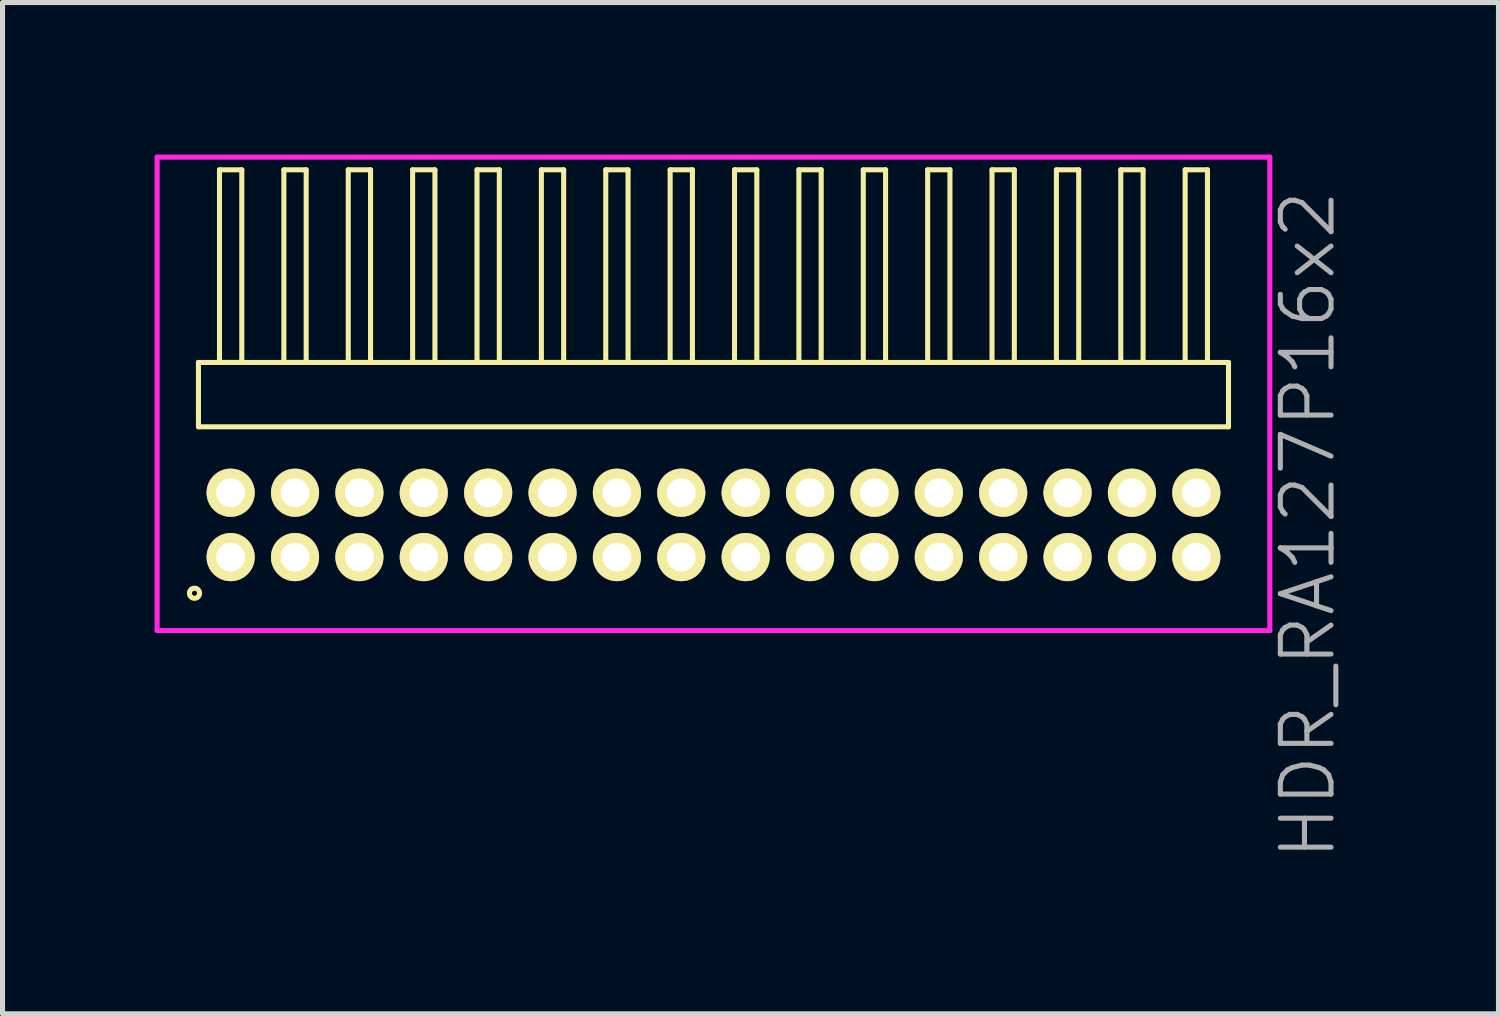
<source format=kicad_pcb>
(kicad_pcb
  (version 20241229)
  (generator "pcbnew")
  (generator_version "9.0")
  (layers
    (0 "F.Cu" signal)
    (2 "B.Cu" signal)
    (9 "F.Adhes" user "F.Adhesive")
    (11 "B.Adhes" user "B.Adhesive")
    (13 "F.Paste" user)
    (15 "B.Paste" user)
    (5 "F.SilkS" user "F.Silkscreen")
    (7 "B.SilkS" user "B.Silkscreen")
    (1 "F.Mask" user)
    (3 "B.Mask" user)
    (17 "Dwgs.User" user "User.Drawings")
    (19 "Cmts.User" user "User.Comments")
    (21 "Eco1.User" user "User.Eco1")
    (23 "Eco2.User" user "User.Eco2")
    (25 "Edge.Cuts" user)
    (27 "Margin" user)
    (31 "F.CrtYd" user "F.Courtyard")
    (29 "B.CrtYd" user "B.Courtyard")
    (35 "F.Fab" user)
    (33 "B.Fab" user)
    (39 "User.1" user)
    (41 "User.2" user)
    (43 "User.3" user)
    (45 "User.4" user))
  (footprint "HDR_RA127P16x2"
    (layer "F.Cu")
    (at 11.025 7.305)
    (property "Reference" "HDR_RA127P16x2" (at 11.725 0 90) (layer "F.Fab") (effects (font (size 1 1) (thickness 0.1))))
    (attr through_hole)
    (fp_line (start -10.16 -3.205) (end -10.16 -1.935) (stroke (width 0.1) (type solid)) (layer "F.SilkS"))
    (fp_line (start -10.16 -1.935) (end 10.16 -1.935) (stroke (width 0.1) (type solid)) (layer "F.SilkS"))
    (fp_line (start -9.745 -7.005) (end -9.745 -3.205) (stroke (width 0.1) (type solid)) (layer "F.SilkS"))
    (fp_line (start -9.745 -3.205) (end -9.305 -3.205) (stroke (width 0.1) (type solid)) (layer "F.SilkS"))
    (fp_line (start -9.305 -7.005) (end -9.745 -7.005) (stroke (width 0.1) (type solid)) (layer "F.SilkS"))
    (fp_line (start -9.305 -3.205) (end -9.305 -7.005) (stroke (width 0.1) (type solid)) (layer "F.SilkS"))
    (fp_line (start -8.475 -7.005) (end -8.475 -3.205) (stroke (width 0.1) (type solid)) (layer "F.SilkS"))
    (fp_line (start -8.475 -3.205) (end -8.035 -3.205) (stroke (width 0.1) (type solid)) (layer "F.SilkS"))
    (fp_line (start -8.035 -7.005) (end -8.475 -7.005) (stroke (width 0.1) (type solid)) (layer "F.SilkS"))
    (fp_line (start -8.035 -3.205) (end -8.035 -7.005) (stroke (width 0.1) (type solid)) (layer "F.SilkS"))
    (fp_line (start -7.205 -7.005) (end -7.205 -3.205) (stroke (width 0.1) (type solid)) (layer "F.SilkS"))
    (fp_line (start -7.205 -3.205) (end -6.765 -3.205) (stroke (width 0.1) (type solid)) (layer "F.SilkS"))
    (fp_line (start -6.765 -7.005) (end -7.205 -7.005) (stroke (width 0.1) (type solid)) (layer "F.SilkS"))
    (fp_line (start -6.765 -3.205) (end -6.765 -7.005) (stroke (width 0.1) (type solid)) (layer "F.SilkS"))
    (fp_line (start -5.935 -7.005) (end -5.935 -3.205) (stroke (width 0.1) (type solid)) (layer "F.SilkS"))
    (fp_line (start -5.935 -3.205) (end -5.495 -3.205) (stroke (width 0.1) (type solid)) (layer "F.SilkS"))
    (fp_line (start -5.495 -7.005) (end -5.935 -7.005) (stroke (width 0.1) (type solid)) (layer "F.SilkS"))
    (fp_line (start -5.495 -3.205) (end -5.495 -7.005) (stroke (width 0.1) (type solid)) (layer "F.SilkS"))
    (fp_line (start -4.665 -7.005) (end -4.665 -3.205) (stroke (width 0.1) (type solid)) (layer "F.SilkS"))
    (fp_line (start -4.665 -3.205) (end -4.225 -3.205) (stroke (width 0.1) (type solid)) (layer "F.SilkS"))
    (fp_line (start -4.225 -7.005) (end -4.665 -7.005) (stroke (width 0.1) (type solid)) (layer "F.SilkS"))
    (fp_line (start -4.225 -3.205) (end -4.225 -7.005) (stroke (width 0.1) (type solid)) (layer "F.SilkS"))
    (fp_line (start -3.395 -7.005) (end -3.395 -3.205) (stroke (width 0.1) (type solid)) (layer "F.SilkS"))
    (fp_line (start -3.395 -3.205) (end -2.955 -3.205) (stroke (width 0.1) (type solid)) (layer "F.SilkS"))
    (fp_line (start -2.955 -7.005) (end -3.395 -7.005) (stroke (width 0.1) (type solid)) (layer "F.SilkS"))
    (fp_line (start -2.955 -3.205) (end -2.955 -7.005) (stroke (width 0.1) (type solid)) (layer "F.SilkS"))
    (fp_line (start -2.125 -7.005) (end -2.125 -3.205) (stroke (width 0.1) (type solid)) (layer "F.SilkS"))
    (fp_line (start -2.125 -3.205) (end -1.685 -3.205) (stroke (width 0.1) (type solid)) (layer "F.SilkS"))
    (fp_line (start -1.685 -7.005) (end -2.125 -7.005) (stroke (width 0.1) (type solid)) (layer "F.SilkS"))
    (fp_line (start -1.685 -3.205) (end -1.685 -7.005) (stroke (width 0.1) (type solid)) (layer "F.SilkS"))
    (fp_line (start -0.855 -7.005) (end -0.855 -3.205) (stroke (width 0.1) (type solid)) (layer "F.SilkS"))
    (fp_line (start -0.855 -3.205) (end -0.415 -3.205) (stroke (width 0.1) (type solid)) (layer "F.SilkS"))
    (fp_line (start -0.415 -7.005) (end -0.855 -7.005) (stroke (width 0.1) (type solid)) (layer "F.SilkS"))
    (fp_line (start -0.415 -3.205) (end -0.415 -7.005) (stroke (width 0.1) (type solid)) (layer "F.SilkS"))
    (fp_line (start 0.415 -7.005) (end 0.415 -3.205) (stroke (width 0.1) (type solid)) (layer "F.SilkS"))
    (fp_line (start 0.415 -3.205) (end 0.855 -3.205) (stroke (width 0.1) (type solid)) (layer "F.SilkS"))
    (fp_line (start 0.855 -7.005) (end 0.415 -7.005) (stroke (width 0.1) (type solid)) (layer "F.SilkS"))
    (fp_line (start 0.855 -3.205) (end 0.855 -7.005) (stroke (width 0.1) (type solid)) (layer "F.SilkS"))
    (fp_line (start 1.685 -7.005) (end 1.685 -3.205) (stroke (width 0.1) (type solid)) (layer "F.SilkS"))
    (fp_line (start 1.685 -3.205) (end 2.125 -3.205) (stroke (width 0.1) (type solid)) (layer "F.SilkS"))
    (fp_line (start 2.125 -7.005) (end 1.685 -7.005) (stroke (width 0.1) (type solid)) (layer "F.SilkS"))
    (fp_line (start 2.125 -3.205) (end 2.125 -7.005) (stroke (width 0.1) (type solid)) (layer "F.SilkS"))
    (fp_line (start 2.955 -7.005) (end 2.955 -3.205) (stroke (width 0.1) (type solid)) (layer "F.SilkS"))
    (fp_line (start 2.955 -3.205) (end 3.395 -3.205) (stroke (width 0.1) (type solid)) (layer "F.SilkS"))
    (fp_line (start 3.395 -7.005) (end 2.955 -7.005) (stroke (width 0.1) (type solid)) (layer "F.SilkS"))
    (fp_line (start 3.395 -3.205) (end 3.395 -7.005) (stroke (width 0.1) (type solid)) (layer "F.SilkS"))
    (fp_line (start 4.225 -7.005) (end 4.225 -3.205) (stroke (width 0.1) (type solid)) (layer "F.SilkS"))
    (fp_line (start 4.225 -3.205) (end 4.665 -3.205) (stroke (width 0.1) (type solid)) (layer "F.SilkS"))
    (fp_line (start 4.665 -7.005) (end 4.225 -7.005) (stroke (width 0.1) (type solid)) (layer "F.SilkS"))
    (fp_line (start 4.665 -3.205) (end 4.665 -7.005) (stroke (width 0.1) (type solid)) (layer "F.SilkS"))
    (fp_line (start 5.495 -7.005) (end 5.495 -3.205) (stroke (width 0.1) (type solid)) (layer "F.SilkS"))
    (fp_line (start 5.495 -3.205) (end 5.935 -3.205) (stroke (width 0.1) (type solid)) (layer "F.SilkS"))
    (fp_line (start 5.935 -7.005) (end 5.495 -7.005) (stroke (width 0.1) (type solid)) (layer "F.SilkS"))
    (fp_line (start 5.935 -3.205) (end 5.935 -7.005) (stroke (width 0.1) (type solid)) (layer "F.SilkS"))
    (fp_line (start 6.765 -7.005) (end 6.765 -3.205) (stroke (width 0.1) (type solid)) (layer "F.SilkS"))
    (fp_line (start 6.765 -3.205) (end 7.205 -3.205) (stroke (width 0.1) (type solid)) (layer "F.SilkS"))
    (fp_line (start 7.205 -7.005) (end 6.765 -7.005) (stroke (width 0.1) (type solid)) (layer "F.SilkS"))
    (fp_line (start 7.205 -3.205) (end 7.205 -7.005) (stroke (width 0.1) (type solid)) (layer "F.SilkS"))
    (fp_line (start 8.035 -7.005) (end 8.035 -3.205) (stroke (width 0.1) (type solid)) (layer "F.SilkS"))
    (fp_line (start 8.035 -3.205) (end 8.475 -3.205) (stroke (width 0.1) (type solid)) (layer "F.SilkS"))
    (fp_line (start 8.475 -7.005) (end 8.035 -7.005) (stroke (width 0.1) (type solid)) (layer "F.SilkS"))
    (fp_line (start 8.475 -3.205) (end 8.475 -7.005) (stroke (width 0.1) (type solid)) (layer "F.SilkS"))
    (fp_line (start 9.305 -7.005) (end 9.305 -3.205) (stroke (width 0.1) (type solid)) (layer "F.SilkS"))
    (fp_line (start 9.305 -3.205) (end 9.745 -3.205) (stroke (width 0.1) (type solid)) (layer "F.SilkS"))
    (fp_line (start 9.745 -7.005) (end 9.305 -7.005) (stroke (width 0.1) (type solid)) (layer "F.SilkS"))
    (fp_line (start 9.745 -3.205) (end 9.745 -7.005) (stroke (width 0.1) (type solid)) (layer "F.SilkS"))
    (fp_line (start 10.16 -3.205) (end -10.16 -3.205) (stroke (width 0.1) (type solid)) (layer "F.SilkS"))
    (fp_line (start 10.16 -1.935) (end 10.16 -3.205) (stroke (width 0.1) (type solid)) (layer "F.SilkS"))
    (fp_circle (center -10.238 1.348) (end -10.138 1.348) (stroke (width 0.1) (type solid)) (fill no) (layer "F.SilkS"))
    (fp_line (start -10.975 -7.255) (end -10.975 2.085) (stroke (width 0.1) (type solid)) (layer "F.CrtYd"))
    (fp_line (start -10.975 2.085) (end 10.975 2.085) (stroke (width 0.1) (type solid)) (layer "F.CrtYd"))
    (fp_line (start 10.975 -7.255) (end -10.975 -7.255) (stroke (width 0.1) (type solid)) (layer "F.CrtYd"))
    (fp_line (start 10.975 2.085) (end 10.975 -7.255) (stroke (width 0.1) (type solid)) (layer "F.CrtYd"))
    (pad "1" thru_hole oval (at -9.525 0.635) (size 0.95 0.95) (drill 0.57) (layers "*.Cu" "*.Mask" "F.SilkS"))
    (pad "2" thru_hole oval (at -9.525 -0.635) (size 0.95 0.95) (drill 0.57) (layers "*.Cu" "*.Mask" "F.SilkS"))
    (pad "3" thru_hole oval (at -8.255 0.635) (size 0.95 0.95) (drill 0.57) (layers "*.Cu" "*.Mask" "F.SilkS"))
    (pad "4" thru_hole oval (at -8.255 -0.635) (size 0.95 0.95) (drill 0.57) (layers "*.Cu" "*.Mask" "F.SilkS"))
    (pad "5" thru_hole oval (at -6.985 0.635) (size 0.95 0.95) (drill 0.57) (layers "*.Cu" "*.Mask" "F.SilkS"))
    (pad "6" thru_hole oval (at -6.985 -0.635) (size 0.95 0.95) (drill 0.57) (layers "*.Cu" "*.Mask" "F.SilkS"))
    (pad "7" thru_hole oval (at -5.715 0.635) (size 0.95 0.95) (drill 0.57) (layers "*.Cu" "*.Mask" "F.SilkS"))
    (pad "8" thru_hole oval (at -5.715 -0.635) (size 0.95 0.95) (drill 0.57) (layers "*.Cu" "*.Mask" "F.SilkS"))
    (pad "9" thru_hole oval (at -4.445 0.635) (size 0.95 0.95) (drill 0.57) (layers "*.Cu" "*.Mask" "F.SilkS"))
    (pad "10" thru_hole oval (at -4.445 -0.635) (size 0.95 0.95) (drill 0.57) (layers "*.Cu" "*.Mask" "F.SilkS"))
    (pad "11" thru_hole oval (at -3.175 0.635) (size 0.95 0.95) (drill 0.57) (layers "*.Cu" "*.Mask" "F.SilkS"))
    (pad "12" thru_hole oval (at -3.175 -0.635) (size 0.95 0.95) (drill 0.57) (layers "*.Cu" "*.Mask" "F.SilkS"))
    (pad "13" thru_hole oval (at -1.905 0.635) (size 0.95 0.95) (drill 0.57) (layers "*.Cu" "*.Mask" "F.SilkS"))
    (pad "14" thru_hole oval (at -1.905 -0.635) (size 0.95 0.95) (drill 0.57) (layers "*.Cu" "*.Mask" "F.SilkS"))
    (pad "15" thru_hole oval (at -0.635 0.635) (size 0.95 0.95) (drill 0.57) (layers "*.Cu" "*.Mask" "F.SilkS"))
    (pad "16" thru_hole oval (at -0.635 -0.635) (size 0.95 0.95) (drill 0.57) (layers "*.Cu" "*.Mask" "F.SilkS"))
    (pad "17" thru_hole oval (at 0.635 0.635) (size 0.95 0.95) (drill 0.57) (layers "*.Cu" "*.Mask" "F.SilkS"))
    (pad "18" thru_hole oval (at 0.635 -0.635) (size 0.95 0.95) (drill 0.57) (layers "*.Cu" "*.Mask" "F.SilkS"))
    (pad "19" thru_hole oval (at 1.905 0.635) (size 0.95 0.95) (drill 0.57) (layers "*.Cu" "*.Mask" "F.SilkS"))
    (pad "20" thru_hole oval (at 1.905 -0.635) (size 0.95 0.95) (drill 0.57) (layers "*.Cu" "*.Mask" "F.SilkS"))
    (pad "21" thru_hole oval (at 3.175 0.635) (size 0.95 0.95) (drill 0.57) (layers "*.Cu" "*.Mask" "F.SilkS"))
    (pad "22" thru_hole oval (at 3.175 -0.635) (size 0.95 0.95) (drill 0.57) (layers "*.Cu" "*.Mask" "F.SilkS"))
    (pad "23" thru_hole oval (at 4.445 0.635) (size 0.95 0.95) (drill 0.57) (layers "*.Cu" "*.Mask" "F.SilkS"))
    (pad "24" thru_hole oval (at 4.445 -0.635) (size 0.95 0.95) (drill 0.57) (layers "*.Cu" "*.Mask" "F.SilkS"))
    (pad "25" thru_hole oval (at 5.715 0.635) (size 0.95 0.95) (drill 0.57) (layers "*.Cu" "*.Mask" "F.SilkS"))
    (pad "26" thru_hole oval (at 5.715 -0.635) (size 0.95 0.95) (drill 0.57) (layers "*.Cu" "*.Mask" "F.SilkS"))
    (pad "27" thru_hole oval (at 6.985 0.635) (size 0.95 0.95) (drill 0.57) (layers "*.Cu" "*.Mask" "F.SilkS"))
    (pad "28" thru_hole oval (at 6.985 -0.635) (size 0.95 0.95) (drill 0.57) (layers "*.Cu" "*.Mask" "F.SilkS"))
    (pad "29" thru_hole oval (at 8.255 0.635) (size 0.95 0.95) (drill 0.57) (layers "*.Cu" "*.Mask" "F.SilkS"))
    (pad "30" thru_hole oval (at 8.255 -0.635) (size 0.95 0.95) (drill 0.57) (layers "*.Cu" "*.Mask" "F.SilkS"))
    (pad "31" thru_hole oval (at 9.525 0.635) (size 0.95 0.95) (drill 0.57) (layers "*.Cu" "*.Mask" "F.SilkS"))
    (pad "32" thru_hole oval (at 9.525 -0.635) (size 0.95 0.95) (drill 0.57) (layers "*.Cu" "*.Mask" "F.SilkS")))
  (gr_rect
    (start -3 -3)
    (end 26.511 16.95)
    (stroke (width 0.1) (type default))
    (fill no)
    (layer "Edge.Cuts")))
</source>
